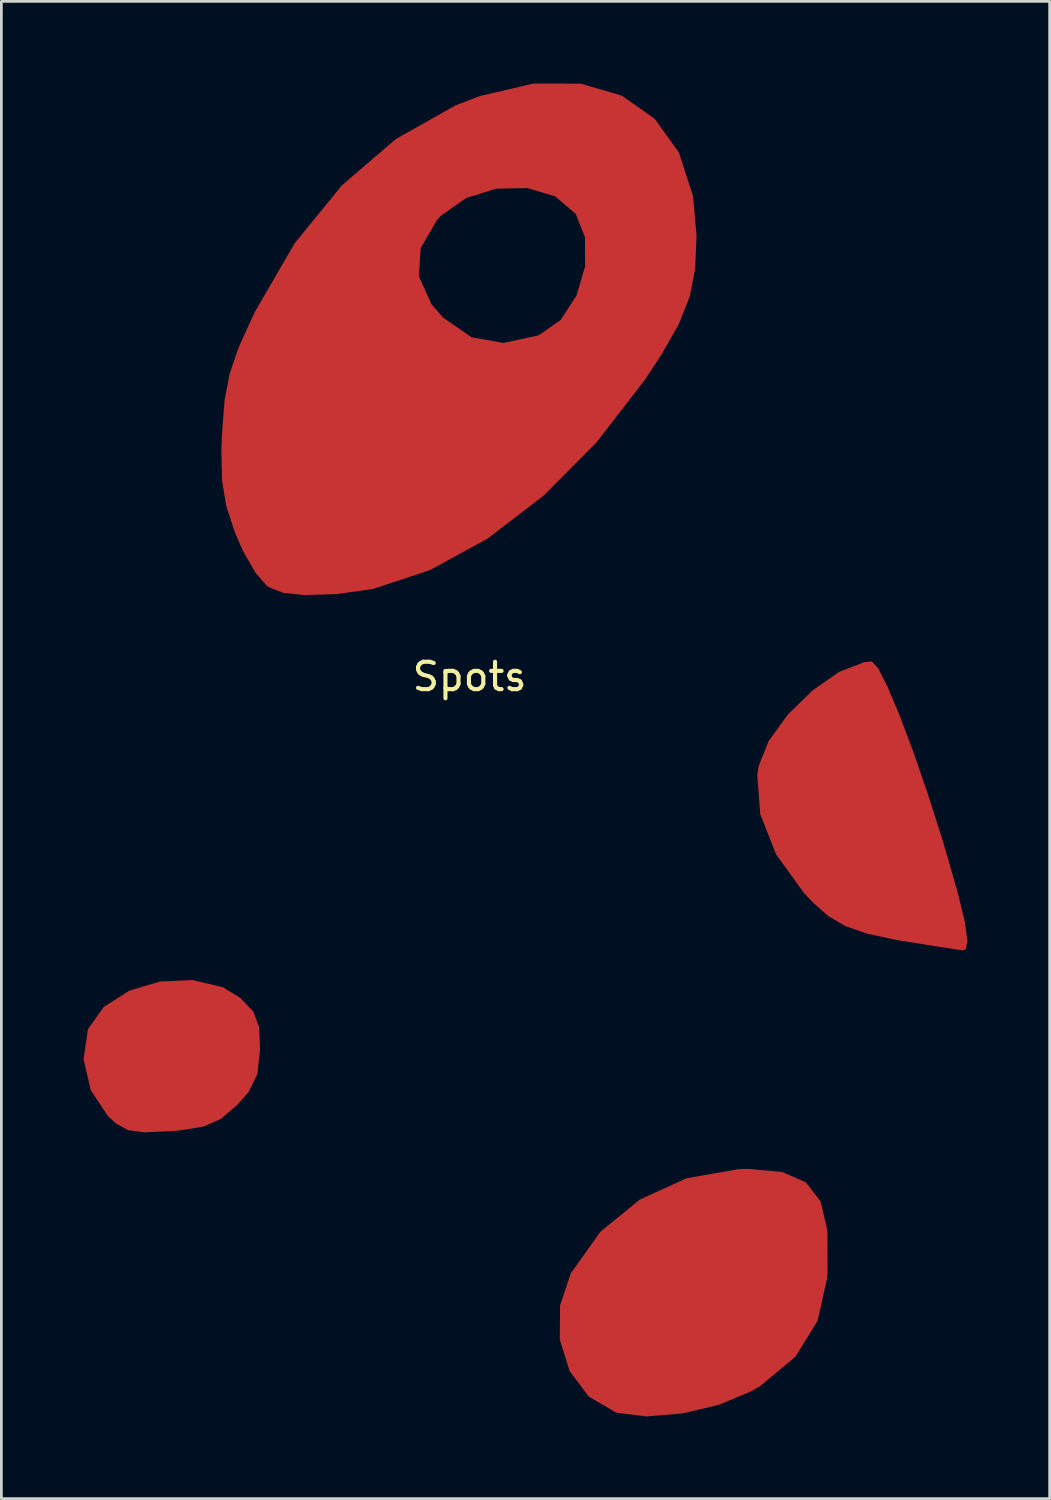
<source format=kicad_pcb>
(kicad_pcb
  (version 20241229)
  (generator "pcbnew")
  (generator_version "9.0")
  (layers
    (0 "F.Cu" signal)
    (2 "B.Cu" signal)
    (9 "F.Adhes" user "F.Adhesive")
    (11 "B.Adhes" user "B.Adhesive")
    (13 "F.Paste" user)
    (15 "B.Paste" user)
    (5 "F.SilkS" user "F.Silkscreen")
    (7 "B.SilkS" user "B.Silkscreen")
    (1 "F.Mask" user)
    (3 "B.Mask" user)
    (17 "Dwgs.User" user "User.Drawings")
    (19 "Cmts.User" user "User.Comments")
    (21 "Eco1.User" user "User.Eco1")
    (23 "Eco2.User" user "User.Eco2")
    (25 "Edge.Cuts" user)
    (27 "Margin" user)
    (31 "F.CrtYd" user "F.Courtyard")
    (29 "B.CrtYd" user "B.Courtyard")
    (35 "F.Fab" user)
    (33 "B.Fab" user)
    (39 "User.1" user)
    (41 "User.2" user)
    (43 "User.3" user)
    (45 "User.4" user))
  (footprint "Spots"
    (layer "F.Cu")
    (at 14.087 22.144)
    (property "Reference" "Spots" (at 0 -0.5 0) (unlocked yes) (layer "F.SilkS") (effects (font (size 1 1) (thickness 0.15))))
    (attr smd)
    (fp_poly (pts (xy -9.009 10.832) (xy -8.37 11.222) (xy -7.889 11.726) (xy -7.679 12.295) (xy -7.646 13.095) (xy -7.744 14) (xy -8.07 14.667) (xy -8.502 15.15) (xy -9.085 15.643) (xy -9.706 15.918) (xy -10.58 16.058) (xy -10.931 16.086) (xy -11.865 16.127) (xy -12.457 16.051) (xy -12.895 15.813) (xy -13.198 15.538) (xy -13.828 14.586) (xy -14.087 13.455) (xy -13.928 12.367) (xy -13.351 11.552) (xy -12.424 10.961) (xy -11.293 10.624) (xy -10.106 10.571)) (stroke (width 0) (type solid)) (fill yes) (layer "F.Cu"))
    (fp_poly (pts (xy 11.409 17.576) (xy 12.271 17.953) (xy 12.808 18.648) (xy 13.059 19.717) (xy 13.064 21.214) (xy 13.049 21.437) (xy 12.699 23.007) (xy 11.891 24.315) (xy 10.613 25.38) (xy 10.263 25.585) (xy 9.089 26.075) (xy 7.748 26.389) (xy 6.445 26.496) (xy 5.385 26.365) (xy 5.332 26.348) (xy 4.345 25.767) (xy 3.652 24.841) (xy 3.291 23.693) (xy 3.302 22.444) (xy 3.69 21.279) (xy 4.771 19.757) (xy 6.21 18.582) (xy 7.921 17.803) (xy 9.82 17.471) (xy 10.182 17.462)) (stroke (width 0) (type solid)) (fill yes) (layer "F.Cu"))
    (fp_poly (pts (xy 14.903 -0.817) (xy 15.248 -0.141) (xy 15.684 0.893) (xy 16.181 2.212) (xy 16.709 3.741) (xy 17.24 5.404) (xy 17.357 5.79) (xy 17.805 7.349) (xy 18.073 8.452) (xy 18.168 9.142) (xy 18.097 9.46) (xy 17.981 9.489) (xy 17.584 9.425) (xy 17.112 9.354) (xy 15.607 9.114) (xy 14.516 8.88) (xy 13.719 8.605) (xy 13.097 8.242) (xy 12.532 7.743) (xy 12.194 7.384) (xy 11.183 5.981) (xy 10.606 4.516) (xy 10.499 3.086) (xy 10.544 2.773) (xy 10.916 1.844) (xy 11.615 0.881) (xy 12.514 0.002) (xy 13.485 -0.675) (xy 14.401 -1.031) (xy 14.677 -1.058)) (stroke (width 0) (type solid)) (fill yes) (layer "F.Cu"))
    (fp_poly (pts (xy 4.061 -22.141) (xy 5.551 -21.705) (xy 6.755 -20.86) (xy 7.635 -19.631) (xy 8.153 -18.043) (xy 8.282 -16.594) (xy 8.232 -15.401) (xy 8.036 -14.378) (xy 7.637 -13.369) (xy 6.98 -12.219) (xy 6.39 -11.325) (xy 4.63 -9.048) (xy 2.702 -7.108) (xy 0.663 -5.543) (xy -1.432 -4.395) (xy -3.525 -3.701) (xy -4.878 -3.512) (xy -6.035 -3.48) (xy -6.803 -3.559) (xy -7.32 -3.764) (xy -7.401 -3.818) (xy -7.81 -4.289) (xy -8.262 -5.072) (xy -8.563 -5.757) (xy -8.879 -6.724) (xy -9.034 -7.65) (xy -9.059 -8.762) (xy -9.032 -9.425) (xy -8.94 -10.596) (xy -8.759 -11.55) (xy -8.433 -12.506) (xy -7.9 -13.682) (xy -7.848 -13.791) (xy -7.084 -15.109) (xy -1.853 -15.109) (xy -1.389 -14.092) (xy -0.963 -13.6) (xy 0.072 -12.886) (xy 1.238 -12.679) (xy 2.522 -12.958) (xy 3.321 -13.516) (xy 3.902 -14.411) (xy 4.216 -15.474) (xy 4.211 -16.538) (xy 3.869 -17.393) (xy 3.12 -18.028) (xy 2.106 -18.331) (xy 0.975 -18.309) (xy -0.127 -17.969) (xy -1.053 -17.316) (xy -1.184 -17.173) (xy -1.785 -16.143) (xy -1.853 -15.109) (xy -7.084 -15.109) (xy -6.387 -16.313) (xy -4.658 -18.433) (xy -2.692 -20.12) (xy -0.52 -21.345) (xy 0.376 -21.69) (xy 2.324 -22.144)) (stroke (width 0) (type solid)) (fill yes) (layer "F.Cu"))
    (fp_poly (pts (xy -9.009 10.832) (xy -8.37 11.222) (xy -7.889 11.726) (xy -7.679 12.295) (xy -7.646 13.095) (xy -7.744 14) (xy -8.07 14.667) (xy -8.502 15.15) (xy -9.085 15.643) (xy -9.706 15.918) (xy -10.58 16.058) (xy -10.931 16.086) (xy -11.865 16.127) (xy -12.457 16.051) (xy -12.895 15.813) (xy -13.198 15.538) (xy -13.828 14.586) (xy -14.087 13.455) (xy -13.928 12.367) (xy -13.351 11.552) (xy -12.424 10.961) (xy -11.293 10.624) (xy -10.106 10.571)) (stroke (width 0) (type solid)) (fill yes) (layer "F.Mask"))
    (fp_poly (pts (xy 11.409 17.576) (xy 12.271 17.953) (xy 12.808 18.648) (xy 13.059 19.717) (xy 13.064 21.214) (xy 13.049 21.437) (xy 12.699 23.007) (xy 11.891 24.315) (xy 10.613 25.38) (xy 10.263 25.585) (xy 9.089 26.075) (xy 7.748 26.389) (xy 6.445 26.496) (xy 5.385 26.365) (xy 5.332 26.348) (xy 4.345 25.767) (xy 3.652 24.841) (xy 3.291 23.693) (xy 3.302 22.444) (xy 3.69 21.279) (xy 4.771 19.757) (xy 6.21 18.582) (xy 7.921 17.803) (xy 9.82 17.471) (xy 10.182 17.462)) (stroke (width 0) (type solid)) (fill yes) (layer "F.Mask"))
    (fp_poly (pts (xy 14.903 -0.817) (xy 15.248 -0.141) (xy 15.684 0.893) (xy 16.181 2.212) (xy 16.709 3.741) (xy 17.24 5.404) (xy 17.357 5.79) (xy 17.805 7.349) (xy 18.073 8.452) (xy 18.168 9.142) (xy 18.097 9.46) (xy 17.981 9.489) (xy 17.584 9.425) (xy 17.112 9.354) (xy 15.607 9.114) (xy 14.516 8.88) (xy 13.719 8.605) (xy 13.097 8.242) (xy 12.532 7.743) (xy 12.194 7.384) (xy 11.183 5.981) (xy 10.606 4.516) (xy 10.499 3.086) (xy 10.544 2.773) (xy 10.916 1.844) (xy 11.615 0.881) (xy 12.514 0.002) (xy 13.485 -0.675) (xy 14.401 -1.031) (xy 14.677 -1.058)) (stroke (width 0) (type solid)) (fill yes) (layer "F.Mask"))
    (fp_poly (pts (xy 4.061 -22.141) (xy 5.551 -21.705) (xy 6.755 -20.86) (xy 7.635 -19.631) (xy 8.153 -18.043) (xy 8.282 -16.594) (xy 8.232 -15.401) (xy 8.036 -14.378) (xy 7.637 -13.369) (xy 6.98 -12.219) (xy 6.39 -11.325) (xy 4.63 -9.048) (xy 2.702 -7.108) (xy 0.663 -5.543) (xy -1.432 -4.395) (xy -3.525 -3.701) (xy -4.878 -3.512) (xy -6.035 -3.48) (xy -6.803 -3.559) (xy -7.32 -3.764) (xy -7.401 -3.818) (xy -7.81 -4.289) (xy -8.262 -5.072) (xy -8.563 -5.757) (xy -8.879 -6.724) (xy -9.034 -7.65) (xy -9.059 -8.762) (xy -9.032 -9.425) (xy -8.94 -10.596) (xy -8.759 -11.55) (xy -8.433 -12.506) (xy -7.9 -13.682) (xy -7.848 -13.791) (xy -7.084 -15.109) (xy -1.853 -15.109) (xy -1.389 -14.092) (xy -0.963 -13.6) (xy 0.072 -12.886) (xy 1.238 -12.679) (xy 2.522 -12.958) (xy 3.321 -13.516) (xy 3.902 -14.411) (xy 4.216 -15.474) (xy 4.211 -16.538) (xy 3.869 -17.393) (xy 3.12 -18.028) (xy 2.106 -18.331) (xy 0.975 -18.309) (xy -0.127 -17.969) (xy -1.053 -17.316) (xy -1.184 -17.173) (xy -1.785 -16.143) (xy -1.853 -15.109) (xy -7.084 -15.109) (xy -6.387 -16.313) (xy -4.658 -18.433) (xy -2.692 -20.12) (xy -0.52 -21.345) (xy 0.376 -21.69) (xy 2.324 -22.144)) (stroke (width 0) (type solid)) (fill yes) (layer "F.Mask")))
  (gr_rect
    (start -3 -3)
    (end 35.255 51.64)
    (stroke (width 0.1) (type default))
    (fill no)
    (layer "Edge.Cuts")))
</source>
